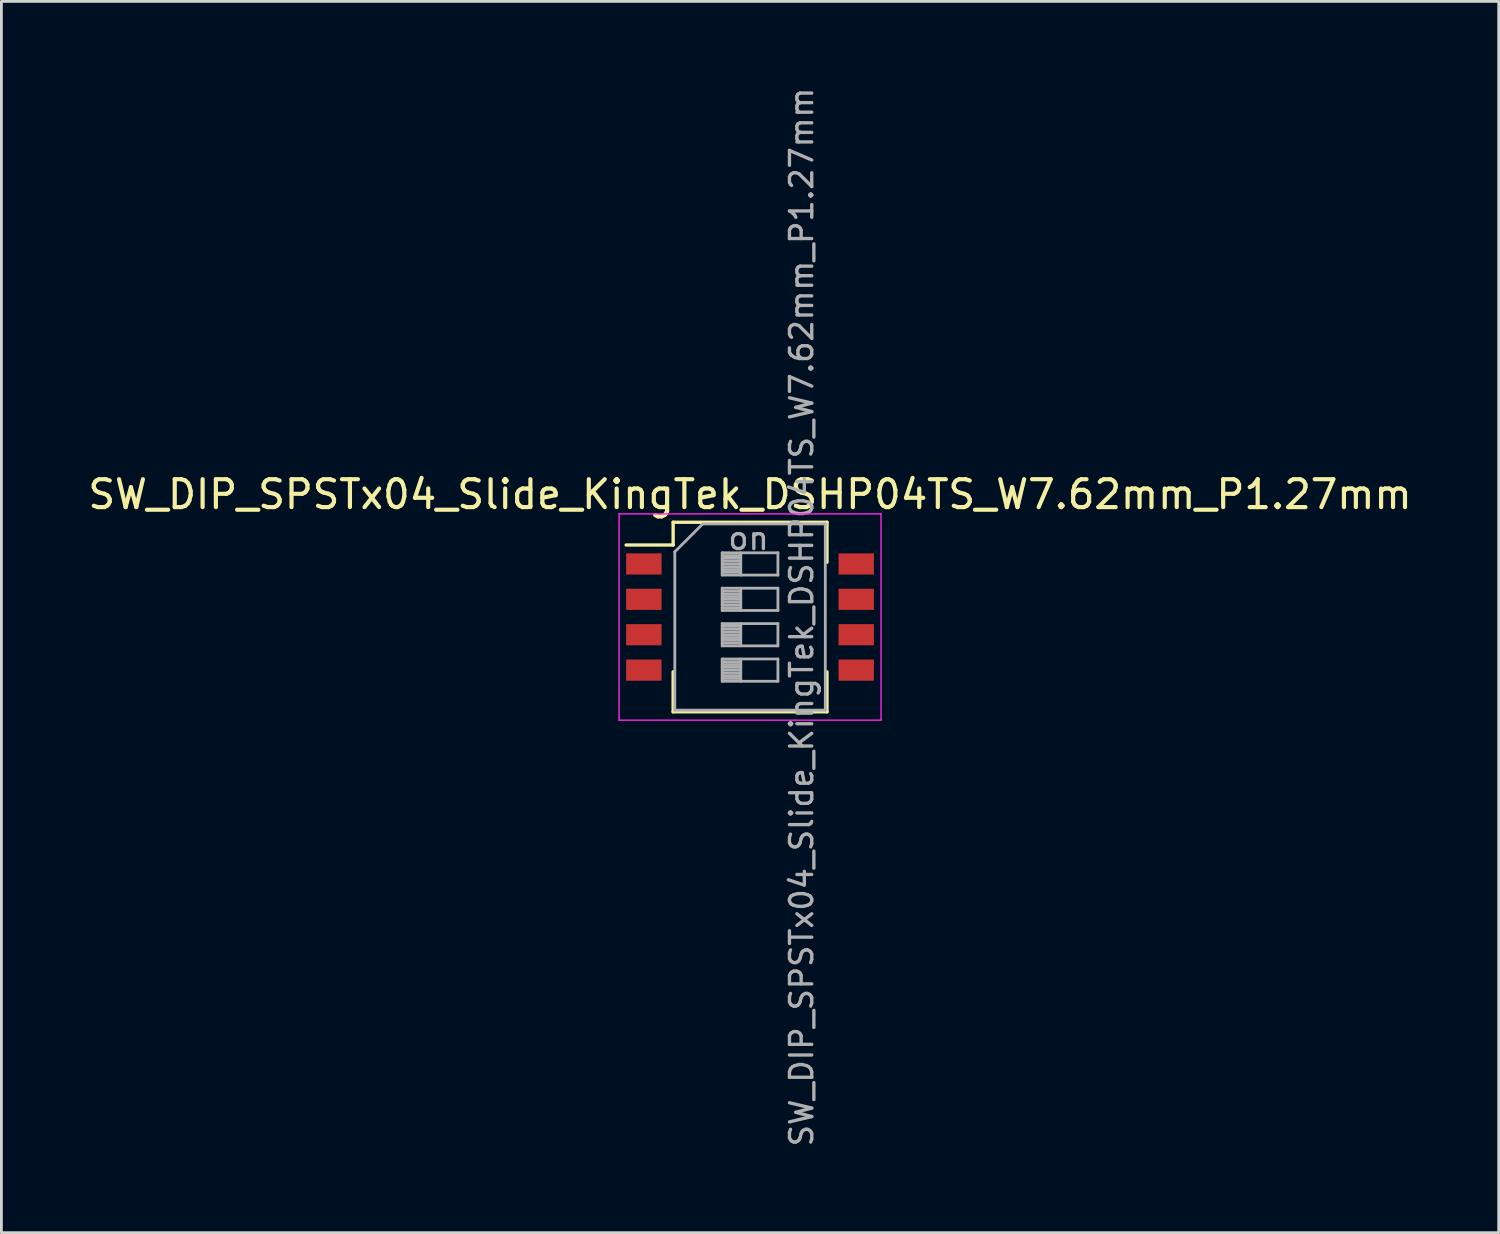
<source format=kicad_pcb>
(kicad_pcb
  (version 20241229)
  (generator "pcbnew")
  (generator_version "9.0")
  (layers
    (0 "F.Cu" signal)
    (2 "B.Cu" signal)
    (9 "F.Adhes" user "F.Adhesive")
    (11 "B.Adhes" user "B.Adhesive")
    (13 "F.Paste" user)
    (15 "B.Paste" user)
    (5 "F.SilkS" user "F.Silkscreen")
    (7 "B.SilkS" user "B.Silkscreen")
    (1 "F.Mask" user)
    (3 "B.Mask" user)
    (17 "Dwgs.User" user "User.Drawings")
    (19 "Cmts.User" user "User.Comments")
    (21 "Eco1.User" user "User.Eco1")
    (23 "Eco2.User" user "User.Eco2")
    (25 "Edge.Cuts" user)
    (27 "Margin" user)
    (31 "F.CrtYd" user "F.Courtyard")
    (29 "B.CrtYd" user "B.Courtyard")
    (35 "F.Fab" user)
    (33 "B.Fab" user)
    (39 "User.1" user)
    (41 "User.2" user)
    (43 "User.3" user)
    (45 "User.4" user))
  (footprint "SW_DIP_SPSTx04_Slide_KingTek_DSHP04TS_W7.62mm_P1.27mm"
    (layer "F.Cu")
    (at 23.863 19.09)
    (property "Reference" "SW_DIP_SPSTx04_Slide_KingTek_DSHP04TS_W7.62mm_P1.27mm" (at 0 -4.4 0) (layer "F.SilkS") (effects (font (size 1 1) (thickness 0.15))))
    (attr smd)
    (fp_line (start -4.446 -2.585) (end -2.76 -2.585) (stroke (width 0.12) (type solid)) (layer "F.SilkS"))
    (fp_line (start -2.76 -3.401) (end -2.76 -2.585) (stroke (width 0.12) (type solid)) (layer "F.SilkS"))
    (fp_line (start -2.76 -3.401) (end 2.76 -3.401) (stroke (width 0.12) (type solid)) (layer "F.SilkS"))
    (fp_line (start -2.76 1.966) (end -2.76 3.401) (stroke (width 0.12) (type solid)) (layer "F.SilkS"))
    (fp_line (start -2.76 3.401) (end 2.76 3.401) (stroke (width 0.12) (type solid)) (layer "F.SilkS"))
    (fp_line (start 2.76 -3.401) (end 2.76 -1.966) (stroke (width 0.12) (type solid)) (layer "F.SilkS"))
    (fp_line (start 2.76 1.966) (end 2.76 3.401) (stroke (width 0.12) (type solid)) (layer "F.SilkS"))
    (fp_line (start -4.7 -3.7) (end -4.7 3.7) (stroke (width 0.05) (type solid)) (layer "F.CrtYd"))
    (fp_line (start -4.7 3.7) (end 4.7 3.7) (stroke (width 0.05) (type solid)) (layer "F.CrtYd"))
    (fp_line (start 4.7 -3.7) (end -4.7 -3.7) (stroke (width 0.05) (type solid)) (layer "F.CrtYd"))
    (fp_line (start 4.7 3.7) (end 4.7 -3.7) (stroke (width 0.05) (type solid)) (layer "F.CrtYd"))
    (fp_line (start -2.7 -2.34) (end -1.7 -3.34) (stroke (width 0.1) (type solid)) (layer "F.Fab"))
    (fp_line (start -2.7 3.34) (end -2.7 -2.34) (stroke (width 0.1) (type solid)) (layer "F.Fab"))
    (fp_line (start -1.7 -3.34) (end 2.7 -3.34) (stroke (width 0.1) (type solid)) (layer "F.Fab"))
    (fp_line (start -1 -2.305) (end -1 -1.505) (stroke (width 0.1) (type solid)) (layer "F.Fab"))
    (fp_line (start -1 -2.205) (end -0.333 -2.205) (stroke (width 0.1) (type solid)) (layer "F.Fab"))
    (fp_line (start -1 -2.105) (end -0.333 -2.105) (stroke (width 0.1) (type solid)) (layer "F.Fab"))
    (fp_line (start -1 -2.005) (end -0.333 -2.005) (stroke (width 0.1) (type solid)) (layer "F.Fab"))
    (fp_line (start -1 -1.905) (end -0.333 -1.905) (stroke (width 0.1) (type solid)) (layer "F.Fab"))
    (fp_line (start -1 -1.805) (end -0.333 -1.805) (stroke (width 0.1) (type solid)) (layer "F.Fab"))
    (fp_line (start -1 -1.705) (end -0.333 -1.705) (stroke (width 0.1) (type solid)) (layer "F.Fab"))
    (fp_line (start -1 -1.605) (end -0.333 -1.605) (stroke (width 0.1) (type solid)) (layer "F.Fab"))
    (fp_line (start -1 -1.505) (end 1 -1.505) (stroke (width 0.1) (type solid)) (layer "F.Fab"))
    (fp_line (start -1 -1.035) (end -1 -0.235) (stroke (width 0.1) (type solid)) (layer "F.Fab"))
    (fp_line (start -1 -0.935) (end -0.333 -0.935) (stroke (width 0.1) (type solid)) (layer "F.Fab"))
    (fp_line (start -1 -0.835) (end -0.333 -0.835) (stroke (width 0.1) (type solid)) (layer "F.Fab"))
    (fp_line (start -1 -0.735) (end -0.333 -0.735) (stroke (width 0.1) (type solid)) (layer "F.Fab"))
    (fp_line (start -1 -0.635) (end -0.333 -0.635) (stroke (width 0.1) (type solid)) (layer "F.Fab"))
    (fp_line (start -1 -0.535) (end -0.333 -0.535) (stroke (width 0.1) (type solid)) (layer "F.Fab"))
    (fp_line (start -1 -0.435) (end -0.333 -0.435) (stroke (width 0.1) (type solid)) (layer "F.Fab"))
    (fp_line (start -1 -0.335) (end -0.333 -0.335) (stroke (width 0.1) (type solid)) (layer "F.Fab"))
    (fp_line (start -1 -0.235) (end 1 -0.235) (stroke (width 0.1) (type solid)) (layer "F.Fab"))
    (fp_line (start -1 0.235) (end -1 1.035) (stroke (width 0.1) (type solid)) (layer "F.Fab"))
    (fp_line (start -1 0.335) (end -0.333 0.335) (stroke (width 0.1) (type solid)) (layer "F.Fab"))
    (fp_line (start -1 0.435) (end -0.333 0.435) (stroke (width 0.1) (type solid)) (layer "F.Fab"))
    (fp_line (start -1 0.535) (end -0.333 0.535) (stroke (width 0.1) (type solid)) (layer "F.Fab"))
    (fp_line (start -1 0.635) (end -0.333 0.635) (stroke (width 0.1) (type solid)) (layer "F.Fab"))
    (fp_line (start -1 0.735) (end -0.333 0.735) (stroke (width 0.1) (type solid)) (layer "F.Fab"))
    (fp_line (start -1 0.835) (end -0.333 0.835) (stroke (width 0.1) (type solid)) (layer "F.Fab"))
    (fp_line (start -1 0.935) (end -0.333 0.935) (stroke (width 0.1) (type solid)) (layer "F.Fab"))
    (fp_line (start -1 1.035) (end 1 1.035) (stroke (width 0.1) (type solid)) (layer "F.Fab"))
    (fp_line (start -1 1.505) (end -1 2.305) (stroke (width 0.1) (type solid)) (layer "F.Fab"))
    (fp_line (start -1 1.605) (end -0.333 1.605) (stroke (width 0.1) (type solid)) (layer "F.Fab"))
    (fp_line (start -1 1.705) (end -0.333 1.705) (stroke (width 0.1) (type solid)) (layer "F.Fab"))
    (fp_line (start -1 1.805) (end -0.333 1.805) (stroke (width 0.1) (type solid)) (layer "F.Fab"))
    (fp_line (start -1 1.905) (end -0.333 1.905) (stroke (width 0.1) (type solid)) (layer "F.Fab"))
    (fp_line (start -1 2.005) (end -0.333 2.005) (stroke (width 0.1) (type solid)) (layer "F.Fab"))
    (fp_line (start -1 2.105) (end -0.333 2.105) (stroke (width 0.1) (type solid)) (layer "F.Fab"))
    (fp_line (start -1 2.205) (end -0.333 2.205) (stroke (width 0.1) (type solid)) (layer "F.Fab"))
    (fp_line (start -1 2.305) (end 1 2.305) (stroke (width 0.1) (type solid)) (layer "F.Fab"))
    (fp_line (start -0.333 -2.305) (end -0.333 -1.505) (stroke (width 0.1) (type solid)) (layer "F.Fab"))
    (fp_line (start -0.333 -1.035) (end -0.333 -0.235) (stroke (width 0.1) (type solid)) (layer "F.Fab"))
    (fp_line (start -0.333 0.235) (end -0.333 1.035) (stroke (width 0.1) (type solid)) (layer "F.Fab"))
    (fp_line (start -0.333 1.505) (end -0.333 2.305) (stroke (width 0.1) (type solid)) (layer "F.Fab"))
    (fp_line (start 1 -2.305) (end -1 -2.305) (stroke (width 0.1) (type solid)) (layer "F.Fab"))
    (fp_line (start 1 -1.505) (end 1 -2.305) (stroke (width 0.1) (type solid)) (layer "F.Fab"))
    (fp_line (start 1 -1.035) (end -1 -1.035) (stroke (width 0.1) (type solid)) (layer "F.Fab"))
    (fp_line (start 1 -0.235) (end 1 -1.035) (stroke (width 0.1) (type solid)) (layer "F.Fab"))
    (fp_line (start 1 0.235) (end -1 0.235) (stroke (width 0.1) (type solid)) (layer "F.Fab"))
    (fp_line (start 1 1.035) (end 1 0.235) (stroke (width 0.1) (type solid)) (layer "F.Fab"))
    (fp_line (start 1 1.505) (end -1 1.505) (stroke (width 0.1) (type solid)) (layer "F.Fab"))
    (fp_line (start 1 2.305) (end 1 1.505) (stroke (width 0.1) (type solid)) (layer "F.Fab"))
    (fp_line (start 2.7 -3.34) (end 2.7 3.34) (stroke (width 0.1) (type solid)) (layer "F.Fab"))
    (fp_line (start 2.7 3.34) (end -2.7 3.34) (stroke (width 0.1) (type solid)) (layer "F.Fab"))
    (fp_text user "on" (at -0.055 -2.822 0) (layer "F.Fab") (effects (font (size 0.8 0.8) (thickness 0.12))))
    (fp_text user "${REFERENCE}" (at 1.85 0 90) (layer "F.Fab") (effects (font (size 0.8 0.8) (thickness 0.12))))
    (pad "1" smd rect (at -3.81 -1.905) (size 1.27 0.76) (layers "F.Cu" "F.Mask" "F.Paste"))
    (pad "2" smd rect (at -3.81 -0.635) (size 1.27 0.76) (layers "F.Cu" "F.Mask" "F.Paste"))
    (pad "3" smd rect (at -3.81 0.635) (size 1.27 0.76) (layers "F.Cu" "F.Mask" "F.Paste"))
    (pad "4" smd rect (at -3.81 1.905) (size 1.27 0.76) (layers "F.Cu" "F.Mask" "F.Paste"))
    (pad "5" smd rect (at 3.81 1.905) (size 1.27 0.76) (layers "F.Cu" "F.Mask" "F.Paste"))
    (pad "6" smd rect (at 3.81 0.635) (size 1.27 0.76) (layers "F.Cu" "F.Mask" "F.Paste"))
    (pad "7" smd rect (at 3.81 -0.635) (size 1.27 0.76) (layers "F.Cu" "F.Mask" "F.Paste"))
    (pad "8" smd rect (at 3.81 -1.905) (size 1.27 0.76) (layers "F.Cu" "F.Mask" "F.Paste")))
  (gr_rect
    (start -3 -3)
    (end 50.726 41.181)
    (stroke (width 0.1) (type default))
    (fill no)
    (layer "Edge.Cuts")))
</source>
